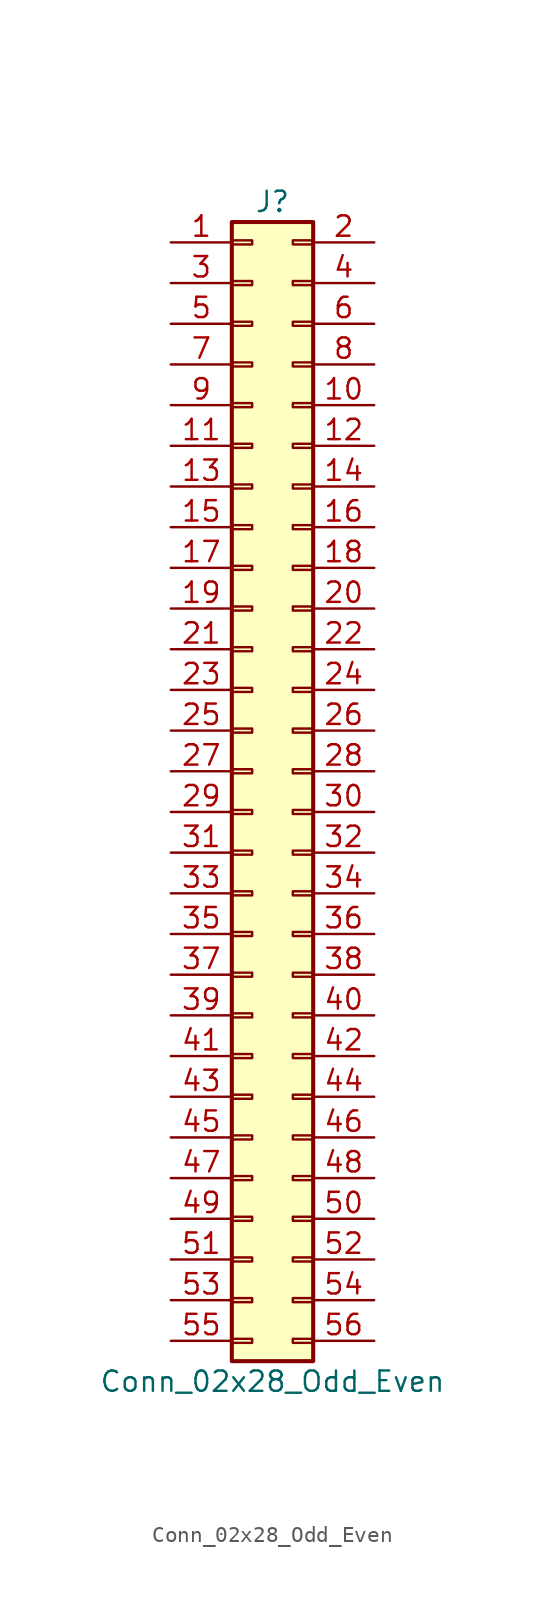
<source format=kicad_sym>
(kicad_symbol_lib
  (version 20201005)
  (generator kicad_symbol_editor)
  (symbol "Conn_02x28_Odd_Even"
    (pin_names
      (offset 1.016) hide)
    (property "Reference" "J"
      (at 1.27 35.56 0)
      (effects (font (size 1.27 1.27))))
    (property "Value" "Conn_02x28_Odd_Even"
      (at 1.27 -38.1 0)
      (effects (font (size 1.27 1.27))))
    (symbol "Conn_02x28_Odd_Even_1_1"
      (rectangle (start -1.27 -35.433) (end 0 -35.687) (stroke (width 0.152)) (fill (type none)))
      (rectangle (start -1.27 -32.893) (end 0 -33.147) (stroke (width 0.152)) (fill (type none)))
      (rectangle (start -1.27 -30.353) (end 0 -30.607) (stroke (width 0.152)) (fill (type none)))
      (rectangle (start -1.27 -27.813) (end 0 -28.067) (stroke (width 0.152)) (fill (type none)))
      (rectangle (start -1.27 -25.273) (end 0 -25.527) (stroke (width 0.152)) (fill (type none)))
      (rectangle (start -1.27 -22.733) (end 0 -22.987) (stroke (width 0.152)) (fill (type none)))
      (rectangle (start -1.27 -20.193) (end 0 -20.447) (stroke (width 0.152)) (fill (type none)))
      (rectangle (start -1.27 -17.653) (end 0 -17.907) (stroke (width 0.152)) (fill (type none)))
      (rectangle (start -1.27 -15.113) (end 0 -15.367) (stroke (width 0.152)) (fill (type none)))
      (rectangle (start -1.27 -12.573) (end 0 -12.827) (stroke (width 0.152)) (fill (type none)))
      (rectangle (start -1.27 -10.033) (end 0 -10.287) (stroke (width 0.152)) (fill (type none)))
      (rectangle (start -1.27 -7.493) (end 0 -7.747) (stroke (width 0.152)) (fill (type none)))
      (rectangle (start -1.27 -4.953) (end 0 -5.207) (stroke (width 0.152)) (fill (type none)))
      (rectangle (start -1.27 -2.413) (end 0 -2.667) (stroke (width 0.152)) (fill (type none)))
      (rectangle (start -1.27 0.127) (end 0 -0.127) (stroke (width 0.152)) (fill (type none)))
      (rectangle (start -1.27 2.667) (end 0 2.413) (stroke (width 0.152)) (fill (type none)))
      (rectangle (start -1.27 5.207) (end 0 4.953) (stroke (width 0.152)) (fill (type none)))
      (rectangle (start -1.27 7.747) (end 0 7.493) (stroke (width 0.152)) (fill (type none)))
      (rectangle (start -1.27 10.287) (end 0 10.033) (stroke (width 0.152)) (fill (type none)))
      (rectangle (start -1.27 12.827) (end 0 12.573) (stroke (width 0.152)) (fill (type none)))
      (rectangle (start -1.27 15.367) (end 0 15.113) (stroke (width 0.152)) (fill (type none)))
      (rectangle (start -1.27 17.907) (end 0 17.653) (stroke (width 0.152)) (fill (type none)))
      (rectangle (start -1.27 20.447) (end 0 20.193) (stroke (width 0.152)) (fill (type none)))
      (rectangle (start -1.27 22.987) (end 0 22.733) (stroke (width 0.152)) (fill (type none)))
      (rectangle (start -1.27 25.527) (end 0 25.273) (stroke (width 0.152)) (fill (type none)))
      (rectangle (start -1.27 28.067) (end 0 27.813) (stroke (width 0.152)) (fill (type none)))
      (rectangle (start -1.27 30.607) (end 0 30.353) (stroke (width 0.152)) (fill (type none)))
      (rectangle (start -1.27 33.147) (end 0 32.893) (stroke (width 0.152)) (fill (type none)))
      (rectangle (start 3.81 -35.433) (end 2.54 -35.687) (stroke (width 0.152)) (fill (type none)))
      (rectangle (start 3.81 -32.893) (end 2.54 -33.147) (stroke (width 0.152)) (fill (type none)))
      (rectangle (start 3.81 -30.353) (end 2.54 -30.607) (stroke (width 0.152)) (fill (type none)))
      (rectangle (start 3.81 -27.813) (end 2.54 -28.067) (stroke (width 0.152)) (fill (type none)))
      (rectangle (start 3.81 -25.273) (end 2.54 -25.527) (stroke (width 0.152)) (fill (type none)))
      (rectangle (start 3.81 -22.733) (end 2.54 -22.987) (stroke (width 0.152)) (fill (type none)))
      (rectangle (start 3.81 -20.193) (end 2.54 -20.447) (stroke (width 0.152)) (fill (type none)))
      (rectangle (start 3.81 -17.653) (end 2.54 -17.907) (stroke (width 0.152)) (fill (type none)))
      (rectangle (start 3.81 -15.113) (end 2.54 -15.367) (stroke (width 0.152)) (fill (type none)))
      (rectangle (start 3.81 -12.573) (end 2.54 -12.827) (stroke (width 0.152)) (fill (type none)))
      (rectangle (start 3.81 -10.033) (end 2.54 -10.287) (stroke (width 0.152)) (fill (type none)))
      (rectangle (start 3.81 -7.493) (end 2.54 -7.747) (stroke (width 0.152)) (fill (type none)))
      (rectangle (start 3.81 -4.953) (end 2.54 -5.207) (stroke (width 0.152)) (fill (type none)))
      (rectangle (start 3.81 -2.413) (end 2.54 -2.667) (stroke (width 0.152)) (fill (type none)))
      (rectangle (start 3.81 0.127) (end 2.54 -0.127) (stroke (width 0.152)) (fill (type none)))
      (rectangle (start 3.81 2.667) (end 2.54 2.413) (stroke (width 0.152)) (fill (type none)))
      (rectangle (start 3.81 5.207) (end 2.54 4.953) (stroke (width 0.152)) (fill (type none)))
      (rectangle (start 3.81 7.747) (end 2.54 7.493) (stroke (width 0.152)) (fill (type none)))
      (rectangle (start 3.81 10.287) (end 2.54 10.033) (stroke (width 0.152)) (fill (type none)))
      (rectangle (start 3.81 12.827) (end 2.54 12.573) (stroke (width 0.152)) (fill (type none)))
      (rectangle (start 3.81 15.367) (end 2.54 15.113) (stroke (width 0.152)) (fill (type none)))
      (rectangle (start 3.81 17.907) (end 2.54 17.653) (stroke (width 0.152)) (fill (type none)))
      (rectangle (start 3.81 20.447) (end 2.54 20.193) (stroke (width 0.152)) (fill (type none)))
      (rectangle (start 3.81 22.987) (end 2.54 22.733) (stroke (width 0.152)) (fill (type none)))
      (rectangle (start 3.81 25.527) (end 2.54 25.273) (stroke (width 0.152)) (fill (type none)))
      (rectangle (start 3.81 28.067) (end 2.54 27.813) (stroke (width 0.152)) (fill (type none)))
      (rectangle (start 3.81 30.607) (end 2.54 30.353) (stroke (width 0.152)) (fill (type none)))
      (rectangle (start 3.81 33.147) (end 2.54 32.893) (stroke (width 0.152)) (fill (type none)))
      (rectangle (start -1.27 34.29) (end 3.81 -36.83) (stroke (width 0.254)) (fill (type background)))
      (pin passive line (at -5.08 33.02 0) (length 3.81) (name "Pin_1" (effects (font (size 1.27 1.27)))) (number "1" (effects (font (size 1.27 1.27)))))
      (pin passive line (at 7.62 22.86 180) (length 3.81) (name "Pin_10" (effects (font (size 1.27 1.27)))) (number "10" (effects (font (size 1.27 1.27)))))
      (pin passive line (at -5.08 20.32 0) (length 3.81) (name "Pin_11" (effects (font (size 1.27 1.27)))) (number "11" (effects (font (size 1.27 1.27)))))
      (pin passive line (at 7.62 20.32 180) (length 3.81) (name "Pin_12" (effects (font (size 1.27 1.27)))) (number "12" (effects (font (size 1.27 1.27)))))
      (pin passive line (at -5.08 17.78 0) (length 3.81) (name "Pin_13" (effects (font (size 1.27 1.27)))) (number "13" (effects (font (size 1.27 1.27)))))
      (pin passive line (at 7.62 17.78 180) (length 3.81) (name "Pin_14" (effects (font (size 1.27 1.27)))) (number "14" (effects (font (size 1.27 1.27)))))
      (pin passive line (at -5.08 15.24 0) (length 3.81) (name "Pin_15" (effects (font (size 1.27 1.27)))) (number "15" (effects (font (size 1.27 1.27)))))
      (pin passive line (at 7.62 15.24 180) (length 3.81) (name "Pin_16" (effects (font (size 1.27 1.27)))) (number "16" (effects (font (size 1.27 1.27)))))
      (pin passive line (at -5.08 12.7 0) (length 3.81) (name "Pin_17" (effects (font (size 1.27 1.27)))) (number "17" (effects (font (size 1.27 1.27)))))
      (pin passive line (at 7.62 12.7 180) (length 3.81) (name "Pin_18" (effects (font (size 1.27 1.27)))) (number "18" (effects (font (size 1.27 1.27)))))
      (pin passive line (at -5.08 10.16 0) (length 3.81) (name "Pin_19" (effects (font (size 1.27 1.27)))) (number "19" (effects (font (size 1.27 1.27)))))
      (pin passive line (at 7.62 33.02 180) (length 3.81) (name "Pin_2" (effects (font (size 1.27 1.27)))) (number "2" (effects (font (size 1.27 1.27)))))
      (pin passive line (at 7.62 10.16 180) (length 3.81) (name "Pin_20" (effects (font (size 1.27 1.27)))) (number "20" (effects (font (size 1.27 1.27)))))
      (pin passive line (at -5.08 7.62 0) (length 3.81) (name "Pin_21" (effects (font (size 1.27 1.27)))) (number "21" (effects (font (size 1.27 1.27)))))
      (pin passive line (at 7.62 7.62 180) (length 3.81) (name "Pin_22" (effects (font (size 1.27 1.27)))) (number "22" (effects (font (size 1.27 1.27)))))
      (pin passive line (at -5.08 5.08 0) (length 3.81) (name "Pin_23" (effects (font (size 1.27 1.27)))) (number "23" (effects (font (size 1.27 1.27)))))
      (pin passive line (at 7.62 5.08 180) (length 3.81) (name "Pin_24" (effects (font (size 1.27 1.27)))) (number "24" (effects (font (size 1.27 1.27)))))
      (pin passive line (at -5.08 2.54 0) (length 3.81) (name "Pin_25" (effects (font (size 1.27 1.27)))) (number "25" (effects (font (size 1.27 1.27)))))
      (pin passive line (at 7.62 2.54 180) (length 3.81) (name "Pin_26" (effects (font (size 1.27 1.27)))) (number "26" (effects (font (size 1.27 1.27)))))
      (pin passive line (at -5.08 0 0) (length 3.81) (name "Pin_27" (effects (font (size 1.27 1.27)))) (number "27" (effects (font (size 1.27 1.27)))))
      (pin passive line (at 7.62 0 180) (length 3.81) (name "Pin_28" (effects (font (size 1.27 1.27)))) (number "28" (effects (font (size 1.27 1.27)))))
      (pin passive line (at -5.08 -2.54 0) (length 3.81) (name "Pin_29" (effects (font (size 1.27 1.27)))) (number "29" (effects (font (size 1.27 1.27)))))
      (pin passive line (at -5.08 30.48 0) (length 3.81) (name "Pin_3" (effects (font (size 1.27 1.27)))) (number "3" (effects (font (size 1.27 1.27)))))
      (pin passive line (at 7.62 -2.54 180) (length 3.81) (name "Pin_30" (effects (font (size 1.27 1.27)))) (number "30" (effects (font (size 1.27 1.27)))))
      (pin passive line (at -5.08 -5.08 0) (length 3.81) (name "Pin_31" (effects (font (size 1.27 1.27)))) (number "31" (effects (font (size 1.27 1.27)))))
      (pin passive line (at 7.62 -5.08 180) (length 3.81) (name "Pin_32" (effects (font (size 1.27 1.27)))) (number "32" (effects (font (size 1.27 1.27)))))
      (pin passive line (at -5.08 -7.62 0) (length 3.81) (name "Pin_33" (effects (font (size 1.27 1.27)))) (number "33" (effects (font (size 1.27 1.27)))))
      (pin passive line (at 7.62 -7.62 180) (length 3.81) (name "Pin_34" (effects (font (size 1.27 1.27)))) (number "34" (effects (font (size 1.27 1.27)))))
      (pin passive line (at -5.08 -10.16 0) (length 3.81) (name "Pin_35" (effects (font (size 1.27 1.27)))) (number "35" (effects (font (size 1.27 1.27)))))
      (pin passive line (at 7.62 -10.16 180) (length 3.81) (name "Pin_36" (effects (font (size 1.27 1.27)))) (number "36" (effects (font (size 1.27 1.27)))))
      (pin passive line (at -5.08 -12.7 0) (length 3.81) (name "Pin_37" (effects (font (size 1.27 1.27)))) (number "37" (effects (font (size 1.27 1.27)))))
      (pin passive line (at 7.62 -12.7 180) (length 3.81) (name "Pin_38" (effects (font (size 1.27 1.27)))) (number "38" (effects (font (size 1.27 1.27)))))
      (pin passive line (at -5.08 -15.24 0) (length 3.81) (name "Pin_39" (effects (font (size 1.27 1.27)))) (number "39" (effects (font (size 1.27 1.27)))))
      (pin passive line (at 7.62 30.48 180) (length 3.81) (name "Pin_4" (effects (font (size 1.27 1.27)))) (number "4" (effects (font (size 1.27 1.27)))))
      (pin passive line (at 7.62 -15.24 180) (length 3.81) (name "Pin_40" (effects (font (size 1.27 1.27)))) (number "40" (effects (font (size 1.27 1.27)))))
      (pin passive line (at -5.08 -17.78 0) (length 3.81) (name "Pin_41" (effects (font (size 1.27 1.27)))) (number "41" (effects (font (size 1.27 1.27)))))
      (pin passive line (at 7.62 -17.78 180) (length 3.81) (name "Pin_42" (effects (font (size 1.27 1.27)))) (number "42" (effects (font (size 1.27 1.27)))))
      (pin passive line (at -5.08 -20.32 0) (length 3.81) (name "Pin_43" (effects (font (size 1.27 1.27)))) (number "43" (effects (font (size 1.27 1.27)))))
      (pin passive line (at 7.62 -20.32 180) (length 3.81) (name "Pin_44" (effects (font (size 1.27 1.27)))) (number "44" (effects (font (size 1.27 1.27)))))
      (pin passive line (at -5.08 -22.86 0) (length 3.81) (name "Pin_45" (effects (font (size 1.27 1.27)))) (number "45" (effects (font (size 1.27 1.27)))))
      (pin passive line (at 7.62 -22.86 180) (length 3.81) (name "Pin_46" (effects (font (size 1.27 1.27)))) (number "46" (effects (font (size 1.27 1.27)))))
      (pin passive line (at -5.08 -25.4 0) (length 3.81) (name "Pin_47" (effects (font (size 1.27 1.27)))) (number "47" (effects (font (size 1.27 1.27)))))
      (pin passive line (at 7.62 -25.4 180) (length 3.81) (name "Pin_48" (effects (font (size 1.27 1.27)))) (number "48" (effects (font (size 1.27 1.27)))))
      (pin passive line (at -5.08 -27.94 0) (length 3.81) (name "Pin_49" (effects (font (size 1.27 1.27)))) (number "49" (effects (font (size 1.27 1.27)))))
      (pin passive line (at -5.08 27.94 0) (length 3.81) (name "Pin_5" (effects (font (size 1.27 1.27)))) (number "5" (effects (font (size 1.27 1.27)))))
      (pin passive line (at 7.62 -27.94 180) (length 3.81) (name "Pin_50" (effects (font (size 1.27 1.27)))) (number "50" (effects (font (size 1.27 1.27)))))
      (pin passive line (at -5.08 -30.48 0) (length 3.81) (name "Pin_51" (effects (font (size 1.27 1.27)))) (number "51" (effects (font (size 1.27 1.27)))))
      (pin passive line (at 7.62 -30.48 180) (length 3.81) (name "Pin_52" (effects (font (size 1.27 1.27)))) (number "52" (effects (font (size 1.27 1.27)))))
      (pin passive line (at -5.08 -33.02 0) (length 3.81) (name "Pin_53" (effects (font (size 1.27 1.27)))) (number "53" (effects (font (size 1.27 1.27)))))
      (pin passive line (at 7.62 -33.02 180) (length 3.81) (name "Pin_54" (effects (font (size 1.27 1.27)))) (number "54" (effects (font (size 1.27 1.27)))))
      (pin passive line (at -5.08 -35.56 0) (length 3.81) (name "Pin_55" (effects (font (size 1.27 1.27)))) (number "55" (effects (font (size 1.27 1.27)))))
      (pin passive line (at 7.62 -35.56 180) (length 3.81) (name "Pin_56" (effects (font (size 1.27 1.27)))) (number "56" (effects (font (size 1.27 1.27)))))
      (pin passive line (at 7.62 27.94 180) (length 3.81) (name "Pin_6" (effects (font (size 1.27 1.27)))) (number "6" (effects (font (size 1.27 1.27)))))
      (pin passive line (at -5.08 25.4 0) (length 3.81) (name "Pin_7" (effects (font (size 1.27 1.27)))) (number "7" (effects (font (size 1.27 1.27)))))
      (pin passive line (at 7.62 25.4 180) (length 3.81) (name "Pin_8" (effects (font (size 1.27 1.27)))) (number "8" (effects (font (size 1.27 1.27)))))
      (pin passive line (at -5.08 22.86 0) (length 3.81) (name "Pin_9" (effects (font (size 1.27 1.27)))) (number "9" (effects (font (size 1.27 1.27))))))))
</source>
